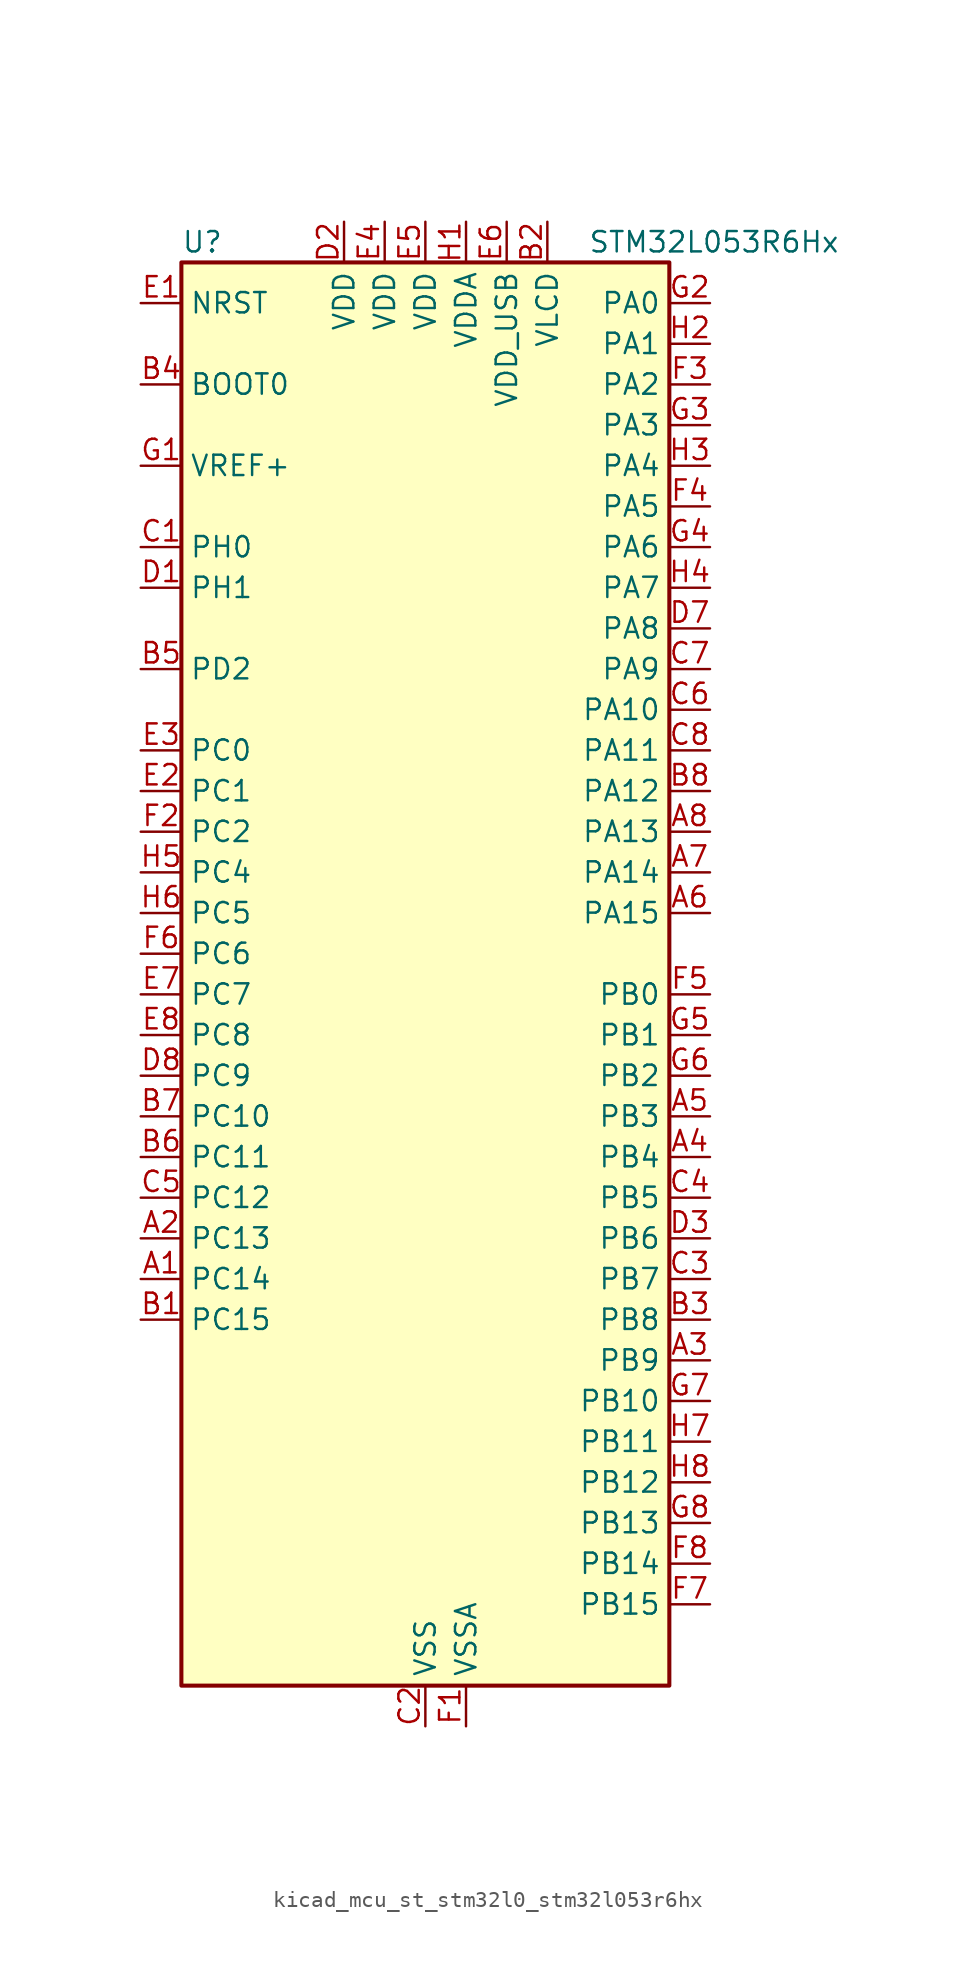
<source format=kicad_sym>
(kicad_symbol_lib
  (version 20220914)
  (generator kicad_symbol_editor)
  (symbol "kicad_mcu_st_stm32l0_stm32l053r6hx"
    (property "Reference" "U"
      (at -15.24 46.99 0)
      (effects (font (size 1.27 1.27)) (justify left)))
    (property "Value" "STM32L053R6Hx"
      (at 10.16 46.99 0)
      (effects (font (size 1.27 1.27)) (justify left)))
    (property "ki_locked" ""
      (at 0 0 0)
      (effects (font (size 1.27 1.27))))
    (symbol "kicad_mcu_st_stm32l0_stm32l053r6hx_0_1"
      (rectangle (start -15.24 -43.18) (end 15.24 45.72) (stroke (width 0.254) (type default)) (fill (type background))))
    (symbol "kicad_mcu_st_stm32l0_stm32l053r6hx_1_1"
      (pin bidirectional line (at -17.78 -17.78 0) (length 2.54) (name "PC14" (effects (font (size 1.27 1.27)))) (number "A1" (effects (font (size 1.27 1.27)))) (alternate "RCC_OSC32_IN" bidirectional line))
      (pin bidirectional line (at -17.78 -15.24 0) (length 2.54) (name "PC13" (effects (font (size 1.27 1.27)))) (number "A2" (effects (font (size 1.27 1.27)))) (alternate "RTC_OUT_ALARM" bidirectional line) (alternate "RTC_OUT_CALIB" bidirectional line) (alternate "RTC_TAMP1" bidirectional line) (alternate "RTC_TS" bidirectional line) (alternate "SYS_WKUP2" bidirectional line))
      (pin bidirectional line (at 17.78 -22.86 180) (length 2.54) (name "PB9" (effects (font (size 1.27 1.27)))) (number "A3" (effects (font (size 1.27 1.27)))) (alternate "DAC_EXTI9" bidirectional line) (alternate "I2C1_SDA" bidirectional line) (alternate "I2S2_WS" bidirectional line) (alternate "LCD_COM3" bidirectional line) (alternate "SPI2_NSS" bidirectional line))
      (pin bidirectional line (at 17.78 -10.16 180) (length 2.54) (name "PB4" (effects (font (size 1.27 1.27)))) (number "A4" (effects (font (size 1.27 1.27)))) (alternate "COMP2_INP" bidirectional line) (alternate "LCD_SEG8" bidirectional line) (alternate "SPI1_MISO" bidirectional line) (alternate "TIM22_CH1" bidirectional line) (alternate "TSC_G5_IO2" bidirectional line))
      (pin bidirectional line (at 17.78 -7.62 180) (length 2.54) (name "PB3" (effects (font (size 1.27 1.27)))) (number "A5" (effects (font (size 1.27 1.27)))) (alternate "COMP2_INM" bidirectional line) (alternate "LCD_SEG7" bidirectional line) (alternate "SPI1_SCK" bidirectional line) (alternate "TIM2_CH2" bidirectional line) (alternate "TSC_G5_IO1" bidirectional line))
      (pin bidirectional line (at 17.78 5.08 180) (length 2.54) (name "PA15" (effects (font (size 1.27 1.27)))) (number "A6" (effects (font (size 1.27 1.27)))) (alternate "LCD_SEG17" bidirectional line) (alternate "SPI1_NSS" bidirectional line) (alternate "TIM2_CH1" bidirectional line) (alternate "TIM2_ETR" bidirectional line) (alternate "USART2_RX" bidirectional line))
      (pin bidirectional line (at 17.78 7.62 180) (length 2.54) (name "PA14" (effects (font (size 1.27 1.27)))) (number "A7" (effects (font (size 1.27 1.27)))) (alternate "SYS_SWCLK" bidirectional line) (alternate "USART2_TX" bidirectional line))
      (pin bidirectional line (at 17.78 10.16 180) (length 2.54) (name "PA13" (effects (font (size 1.27 1.27)))) (number "A8" (effects (font (size 1.27 1.27)))) (alternate "SYS_SWDIO" bidirectional line) (alternate "USB_NOE" bidirectional line))
      (pin bidirectional line (at -17.78 -20.32 0) (length 2.54) (name "PC15" (effects (font (size 1.27 1.27)))) (number "B1" (effects (font (size 1.27 1.27)))) (alternate "RCC_OSC32_OUT" bidirectional line))
      (pin power_in line (at 7.62 48.26 270) (length 2.54) (name "VLCD" (effects (font (size 1.27 1.27)))) (number "B2" (effects (font (size 1.27 1.27)))))
      (pin bidirectional line (at 17.78 -20.32 180) (length 2.54) (name "PB8" (effects (font (size 1.27 1.27)))) (number "B3" (effects (font (size 1.27 1.27)))) (alternate "I2C1_SCL" bidirectional line) (alternate "LCD_SEG16" bidirectional line) (alternate "TSC_SYNC" bidirectional line))
      (pin input line (at -17.78 38.1 0) (length 2.54) (name "BOOT0" (effects (font (size 1.27 1.27)))) (number "B4" (effects (font (size 1.27 1.27)))))
      (pin bidirectional line (at -17.78 20.32 0) (length 2.54) (name "PD2" (effects (font (size 1.27 1.27)))) (number "B5" (effects (font (size 1.27 1.27)))) (alternate "LCD_COM7" bidirectional line) (alternate "LCD_SEG31" bidirectional line) (alternate "LPUART1_DE" bidirectional line) (alternate "LPUART1_RTS" bidirectional line))
      (pin bidirectional line (at -17.78 -10.16 0) (length 2.54) (name "PC11" (effects (font (size 1.27 1.27)))) (number "B6" (effects (font (size 1.27 1.27)))) (alternate "ADC_EXTI11" bidirectional line) (alternate "LCD_COM5" bidirectional line) (alternate "LCD_SEG29" bidirectional line) (alternate "LPUART1_RX" bidirectional line))
      (pin bidirectional line (at -17.78 -7.62 0) (length 2.54) (name "PC10" (effects (font (size 1.27 1.27)))) (number "B7" (effects (font (size 1.27 1.27)))) (alternate "LCD_COM4" bidirectional line) (alternate "LCD_SEG28" bidirectional line) (alternate "LPUART1_TX" bidirectional line))
      (pin bidirectional line (at 17.78 12.7 180) (length 2.54) (name "PA12" (effects (font (size 1.27 1.27)))) (number "B8" (effects (font (size 1.27 1.27)))) (alternate "COMP2_OUT" bidirectional line) (alternate "SPI1_MOSI" bidirectional line) (alternate "TSC_G4_IO4" bidirectional line) (alternate "USART1_DE" bidirectional line) (alternate "USART1_RTS" bidirectional line) (alternate "USB_DP" bidirectional line))
      (pin bidirectional line (at -17.78 27.94 0) (length 2.54) (name "PH0" (effects (font (size 1.27 1.27)))) (number "C1" (effects (font (size 1.27 1.27)))) (alternate "CRS_SYNC" bidirectional line) (alternate "RCC_OSC_IN" bidirectional line))
      (pin power_in line (at 0 -45.72 90) (length 2.54) (name "VSS" (effects (font (size 1.27 1.27)))) (number "C2" (effects (font (size 1.27 1.27)))))
      (pin bidirectional line (at 17.78 -17.78 180) (length 2.54) (name "PB7" (effects (font (size 1.27 1.27)))) (number "C3" (effects (font (size 1.27 1.27)))) (alternate "COMP2_INP" bidirectional line) (alternate "I2C1_SDA" bidirectional line) (alternate "LPTIM1_IN2" bidirectional line) (alternate "SYS_PVD_IN" bidirectional line) (alternate "TSC_G5_IO4" bidirectional line) (alternate "USART1_RX" bidirectional line))
      (pin bidirectional line (at 17.78 -12.7 180) (length 2.54) (name "PB5" (effects (font (size 1.27 1.27)))) (number "C4" (effects (font (size 1.27 1.27)))) (alternate "COMP2_INP" bidirectional line) (alternate "I2C1_SMBA" bidirectional line) (alternate "LCD_SEG9" bidirectional line) (alternate "LPTIM1_IN1" bidirectional line) (alternate "SPI1_MOSI" bidirectional line) (alternate "TIM22_CH2" bidirectional line))
      (pin bidirectional line (at -17.78 -12.7 0) (length 2.54) (name "PC12" (effects (font (size 1.27 1.27)))) (number "C5" (effects (font (size 1.27 1.27)))) (alternate "LCD_COM6" bidirectional line) (alternate "LCD_SEG30" bidirectional line))
      (pin bidirectional line (at 17.78 17.78 180) (length 2.54) (name "PA10" (effects (font (size 1.27 1.27)))) (number "C6" (effects (font (size 1.27 1.27)))) (alternate "LCD_COM2" bidirectional line) (alternate "TSC_G4_IO2" bidirectional line) (alternate "USART1_RX" bidirectional line))
      (pin bidirectional line (at 17.78 20.32 180) (length 2.54) (name "PA9" (effects (font (size 1.27 1.27)))) (number "C7" (effects (font (size 1.27 1.27)))) (alternate "DAC_EXTI9" bidirectional line) (alternate "LCD_COM1" bidirectional line) (alternate "RCC_MCO" bidirectional line) (alternate "TSC_G4_IO1" bidirectional line) (alternate "USART1_TX" bidirectional line))
      (pin bidirectional line (at 17.78 15.24 180) (length 2.54) (name "PA11" (effects (font (size 1.27 1.27)))) (number "C8" (effects (font (size 1.27 1.27)))) (alternate "ADC_EXTI11" bidirectional line) (alternate "COMP1_OUT" bidirectional line) (alternate "SPI1_MISO" bidirectional line) (alternate "TSC_G4_IO3" bidirectional line) (alternate "USART1_CTS" bidirectional line) (alternate "USB_DM" bidirectional line))
      (pin bidirectional line (at -17.78 25.4 0) (length 2.54) (name "PH1" (effects (font (size 1.27 1.27)))) (number "D1" (effects (font (size 1.27 1.27)))) (alternate "RCC_OSC_OUT" bidirectional line))
      (pin power_in line (at -5.08 48.26 270) (length 2.54) (name "VDD" (effects (font (size 1.27 1.27)))) (number "D2" (effects (font (size 1.27 1.27)))))
      (pin bidirectional line (at 17.78 -15.24 180) (length 2.54) (name "PB6" (effects (font (size 1.27 1.27)))) (number "D3" (effects (font (size 1.27 1.27)))) (alternate "COMP2_INP" bidirectional line) (alternate "I2C1_SCL" bidirectional line) (alternate "LPTIM1_ETR" bidirectional line) (alternate "TSC_G5_IO3" bidirectional line) (alternate "USART1_TX" bidirectional line))
      (pin passive line (at 0 -45.72 90) (length 2.54) hide (name "VSS" (effects (font (size 1.27 1.27)))) (number "D4" (effects (font (size 1.27 1.27)))))
      (pin passive line (at 0 -45.72 90) (length 2.54) hide (name "VSS" (effects (font (size 1.27 1.27)))) (number "D5" (effects (font (size 1.27 1.27)))))
      (pin passive line (at 0 -45.72 90) (length 2.54) hide (name "VSS" (effects (font (size 1.27 1.27)))) (number "D6" (effects (font (size 1.27 1.27)))))
      (pin bidirectional line (at 17.78 22.86 180) (length 2.54) (name "PA8" (effects (font (size 1.27 1.27)))) (number "D7" (effects (font (size 1.27 1.27)))) (alternate "CRS_SYNC" bidirectional line) (alternate "LCD_COM0" bidirectional line) (alternate "RCC_MCO" bidirectional line) (alternate "USART1_CK" bidirectional line))
      (pin bidirectional line (at -17.78 -5.08 0) (length 2.54) (name "PC9" (effects (font (size 1.27 1.27)))) (number "D8" (effects (font (size 1.27 1.27)))) (alternate "DAC_EXTI9" bidirectional line) (alternate "LCD_SEG27" bidirectional line) (alternate "TIM21_ETR" bidirectional line) (alternate "TSC_G8_IO4" bidirectional line) (alternate "USB_NOE" bidirectional line))
      (pin input line (at -17.78 43.18 0) (length 2.54) (name "NRST" (effects (font (size 1.27 1.27)))) (number "E1" (effects (font (size 1.27 1.27)))))
      (pin bidirectional line (at -17.78 12.7 0) (length 2.54) (name "PC1" (effects (font (size 1.27 1.27)))) (number "E2" (effects (font (size 1.27 1.27)))) (alternate "ADC_IN11" bidirectional line) (alternate "LCD_SEG19" bidirectional line) (alternate "LPTIM1_OUT" bidirectional line) (alternate "TSC_G7_IO2" bidirectional line))
      (pin bidirectional line (at -17.78 15.24 0) (length 2.54) (name "PC0" (effects (font (size 1.27 1.27)))) (number "E3" (effects (font (size 1.27 1.27)))) (alternate "ADC_IN10" bidirectional line) (alternate "LCD_SEG18" bidirectional line) (alternate "LPTIM1_IN1" bidirectional line) (alternate "TSC_G7_IO1" bidirectional line))
      (pin power_in line (at -2.54 48.26 270) (length 2.54) (name "VDD" (effects (font (size 1.27 1.27)))) (number "E4" (effects (font (size 1.27 1.27)))))
      (pin power_in line (at 0 48.26 270) (length 2.54) (name "VDD" (effects (font (size 1.27 1.27)))) (number "E5" (effects (font (size 1.27 1.27)))))
      (pin power_in line (at 5.08 48.26 270) (length 2.54) (name "VDD_USB" (effects (font (size 1.27 1.27)))) (number "E6" (effects (font (size 1.27 1.27)))))
      (pin bidirectional line (at -17.78 0 0) (length 2.54) (name "PC7" (effects (font (size 1.27 1.27)))) (number "E7" (effects (font (size 1.27 1.27)))) (alternate "LCD_SEG25" bidirectional line) (alternate "TIM22_CH2" bidirectional line) (alternate "TSC_G8_IO2" bidirectional line))
      (pin bidirectional line (at -17.78 -2.54 0) (length 2.54) (name "PC8" (effects (font (size 1.27 1.27)))) (number "E8" (effects (font (size 1.27 1.27)))) (alternate "LCD_SEG26" bidirectional line) (alternate "TIM22_ETR" bidirectional line) (alternate "TSC_G8_IO3" bidirectional line))
      (pin power_in line (at 2.54 -45.72 90) (length 2.54) (name "VSSA" (effects (font (size 1.27 1.27)))) (number "F1" (effects (font (size 1.27 1.27)))))
      (pin bidirectional line (at -17.78 10.16 0) (length 2.54) (name "PC2" (effects (font (size 1.27 1.27)))) (number "F2" (effects (font (size 1.27 1.27)))) (alternate "ADC_IN12" bidirectional line) (alternate "I2S2_MCK" bidirectional line) (alternate "LCD_SEG20" bidirectional line) (alternate "LPTIM1_IN2" bidirectional line) (alternate "SPI2_MISO" bidirectional line) (alternate "TSC_G7_IO3" bidirectional line))
      (pin bidirectional line (at 17.78 38.1 180) (length 2.54) (name "PA2" (effects (font (size 1.27 1.27)))) (number "F3" (effects (font (size 1.27 1.27)))) (alternate "ADC_IN2" bidirectional line) (alternate "COMP2_INM" bidirectional line) (alternate "COMP2_OUT" bidirectional line) (alternate "LCD_SEG1" bidirectional line) (alternate "TIM21_CH1" bidirectional line) (alternate "TIM2_CH3" bidirectional line) (alternate "TSC_G1_IO3" bidirectional line) (alternate "USART2_TX" bidirectional line))
      (pin bidirectional line (at 17.78 30.48 180) (length 2.54) (name "PA5" (effects (font (size 1.27 1.27)))) (number "F4" (effects (font (size 1.27 1.27)))) (alternate "ADC_IN5" bidirectional line) (alternate "COMP1_INM" bidirectional line) (alternate "COMP2_INM" bidirectional line) (alternate "SPI1_SCK" bidirectional line) (alternate "TIM2_CH1" bidirectional line) (alternate "TIM2_ETR" bidirectional line) (alternate "TSC_G2_IO2" bidirectional line))
      (pin bidirectional line (at 17.78 0 180) (length 2.54) (name "PB0" (effects (font (size 1.27 1.27)))) (number "F5" (effects (font (size 1.27 1.27)))) (alternate "ADC_IN8" bidirectional line) (alternate "LCD_SEG5" bidirectional line) (alternate "LCD_VLCD3" bidirectional line) (alternate "SYS_VREF_OUT_PB0" bidirectional line) (alternate "TSC_G3_IO2" bidirectional line))
      (pin bidirectional line (at -17.78 2.54 0) (length 2.54) (name "PC6" (effects (font (size 1.27 1.27)))) (number "F6" (effects (font (size 1.27 1.27)))) (alternate "LCD_SEG24" bidirectional line) (alternate "TIM22_CH1" bidirectional line) (alternate "TSC_G8_IO1" bidirectional line))
      (pin bidirectional line (at 17.78 -38.1 180) (length 2.54) (name "PB15" (effects (font (size 1.27 1.27)))) (number "F7" (effects (font (size 1.27 1.27)))) (alternate "I2S2_SD" bidirectional line) (alternate "LCD_SEG15" bidirectional line) (alternate "RTC_REFIN" bidirectional line) (alternate "SPI2_MOSI" bidirectional line))
      (pin bidirectional line (at 17.78 -35.56 180) (length 2.54) (name "PB14" (effects (font (size 1.27 1.27)))) (number "F8" (effects (font (size 1.27 1.27)))) (alternate "I2C2_SDA" bidirectional line) (alternate "I2S2_MCK" bidirectional line) (alternate "LCD_SEG14" bidirectional line) (alternate "LPUART1_DE" bidirectional line) (alternate "LPUART1_RTS" bidirectional line) (alternate "RTC_OUT_ALARM" bidirectional line) (alternate "RTC_OUT_CALIB" bidirectional line) (alternate "SPI2_MISO" bidirectional line) (alternate "TIM21_CH2" bidirectional line) (alternate "TSC_G6_IO4" bidirectional line))
      (pin input line (at -17.78 33.02 0) (length 2.54) (name "VREF+" (effects (font (size 1.27 1.27)))) (number "G1" (effects (font (size 1.27 1.27)))))
      (pin bidirectional line (at 17.78 43.18 180) (length 2.54) (name "PA0" (effects (font (size 1.27 1.27)))) (number "G2" (effects (font (size 1.27 1.27)))) (alternate "ADC_IN0" bidirectional line) (alternate "COMP1_INM" bidirectional line) (alternate "COMP1_OUT" bidirectional line) (alternate "RTC_TAMP2" bidirectional line) (alternate "SYS_WKUP1" bidirectional line) (alternate "TIM2_CH1" bidirectional line) (alternate "TIM2_ETR" bidirectional line) (alternate "TSC_G1_IO1" bidirectional line) (alternate "USART2_CTS" bidirectional line))
      (pin bidirectional line (at 17.78 35.56 180) (length 2.54) (name "PA3" (effects (font (size 1.27 1.27)))) (number "G3" (effects (font (size 1.27 1.27)))) (alternate "ADC_IN3" bidirectional line) (alternate "COMP2_INP" bidirectional line) (alternate "LCD_SEG2" bidirectional line) (alternate "TIM21_CH2" bidirectional line) (alternate "TIM2_CH4" bidirectional line) (alternate "TSC_G1_IO4" bidirectional line) (alternate "USART2_RX" bidirectional line))
      (pin bidirectional line (at 17.78 27.94 180) (length 2.54) (name "PA6" (effects (font (size 1.27 1.27)))) (number "G4" (effects (font (size 1.27 1.27)))) (alternate "ADC_IN6" bidirectional line) (alternate "COMP1_OUT" bidirectional line) (alternate "LCD_SEG3" bidirectional line) (alternate "LPUART1_CTS" bidirectional line) (alternate "SPI1_MISO" bidirectional line) (alternate "TIM22_CH1" bidirectional line) (alternate "TSC_G2_IO3" bidirectional line))
      (pin bidirectional line (at 17.78 -2.54 180) (length 2.54) (name "PB1" (effects (font (size 1.27 1.27)))) (number "G5" (effects (font (size 1.27 1.27)))) (alternate "ADC_IN9" bidirectional line) (alternate "LCD_SEG6" bidirectional line) (alternate "LPUART1_DE" bidirectional line) (alternate "LPUART1_RTS" bidirectional line) (alternate "SYS_VREF_OUT_PB1" bidirectional line) (alternate "TSC_G3_IO3" bidirectional line))
      (pin bidirectional line (at 17.78 -5.08 180) (length 2.54) (name "PB2" (effects (font (size 1.27 1.27)))) (number "G6" (effects (font (size 1.27 1.27)))) (alternate "LCD_VLCD1" bidirectional line) (alternate "LPTIM1_OUT" bidirectional line) (alternate "TSC_G3_IO4" bidirectional line))
      (pin bidirectional line (at 17.78 -25.4 180) (length 2.54) (name "PB10" (effects (font (size 1.27 1.27)))) (number "G7" (effects (font (size 1.27 1.27)))) (alternate "I2C2_SCL" bidirectional line) (alternate "LCD_SEG10" bidirectional line) (alternate "LPUART1_TX" bidirectional line) (alternate "SPI2_SCK" bidirectional line) (alternate "TIM2_CH3" bidirectional line) (alternate "TSC_SYNC" bidirectional line))
      (pin bidirectional line (at 17.78 -33.02 180) (length 2.54) (name "PB13" (effects (font (size 1.27 1.27)))) (number "G8" (effects (font (size 1.27 1.27)))) (alternate "I2C2_SCL" bidirectional line) (alternate "I2S2_CK" bidirectional line) (alternate "LCD_SEG13" bidirectional line) (alternate "LPUART1_CTS" bidirectional line) (alternate "SPI2_SCK" bidirectional line) (alternate "TIM21_CH1" bidirectional line) (alternate "TSC_G6_IO3" bidirectional line))
      (pin power_in line (at 2.54 48.26 270) (length 2.54) (name "VDDA" (effects (font (size 1.27 1.27)))) (number "H1" (effects (font (size 1.27 1.27)))))
      (pin bidirectional line (at 17.78 40.64 180) (length 2.54) (name "PA1" (effects (font (size 1.27 1.27)))) (number "H2" (effects (font (size 1.27 1.27)))) (alternate "ADC_IN1" bidirectional line) (alternate "COMP1_INP" bidirectional line) (alternate "LCD_SEG0" bidirectional line) (alternate "TIM21_ETR" bidirectional line) (alternate "TIM2_CH2" bidirectional line) (alternate "TSC_G1_IO2" bidirectional line) (alternate "USART2_DE" bidirectional line) (alternate "USART2_RTS" bidirectional line))
      (pin bidirectional line (at 17.78 33.02 180) (length 2.54) (name "PA4" (effects (font (size 1.27 1.27)))) (number "H3" (effects (font (size 1.27 1.27)))) (alternate "ADC_IN4" bidirectional line) (alternate "COMP1_INM" bidirectional line) (alternate "COMP2_INM" bidirectional line) (alternate "DAC_OUT1" bidirectional line) (alternate "SPI1_NSS" bidirectional line) (alternate "TIM22_ETR" bidirectional line) (alternate "TSC_G2_IO1" bidirectional line) (alternate "USART2_CK" bidirectional line))
      (pin bidirectional line (at 17.78 25.4 180) (length 2.54) (name "PA7" (effects (font (size 1.27 1.27)))) (number "H4" (effects (font (size 1.27 1.27)))) (alternate "ADC_IN7" bidirectional line) (alternate "COMP2_OUT" bidirectional line) (alternate "LCD_SEG4" bidirectional line) (alternate "SPI1_MOSI" bidirectional line) (alternate "TIM22_CH2" bidirectional line) (alternate "TSC_G2_IO4" bidirectional line))
      (pin bidirectional line (at -17.78 7.62 0) (length 2.54) (name "PC4" (effects (font (size 1.27 1.27)))) (number "H5" (effects (font (size 1.27 1.27)))) (alternate "ADC_IN14" bidirectional line) (alternate "LCD_SEG22" bidirectional line) (alternate "LPUART1_TX" bidirectional line))
      (pin bidirectional line (at -17.78 5.08 0) (length 2.54) (name "PC5" (effects (font (size 1.27 1.27)))) (number "H6" (effects (font (size 1.27 1.27)))) (alternate "ADC_IN15" bidirectional line) (alternate "LCD_SEG23" bidirectional line) (alternate "LPUART1_RX" bidirectional line) (alternate "TSC_G3_IO1" bidirectional line))
      (pin bidirectional line (at 17.78 -27.94 180) (length 2.54) (name "PB11" (effects (font (size 1.27 1.27)))) (number "H7" (effects (font (size 1.27 1.27)))) (alternate "ADC_EXTI11" bidirectional line) (alternate "I2C2_SDA" bidirectional line) (alternate "LCD_SEG11" bidirectional line) (alternate "LPUART1_RX" bidirectional line) (alternate "TIM2_CH4" bidirectional line) (alternate "TSC_G6_IO1" bidirectional line))
      (pin bidirectional line (at 17.78 -30.48 180) (length 2.54) (name "PB12" (effects (font (size 1.27 1.27)))) (number "H8" (effects (font (size 1.27 1.27)))) (alternate "I2S2_WS" bidirectional line) (alternate "LCD_SEG12" bidirectional line) (alternate "LCD_VLCD2" bidirectional line) (alternate "LPUART1_DE" bidirectional line) (alternate "LPUART1_RTS" bidirectional line) (alternate "SPI2_NSS" bidirectional line) (alternate "TSC_G6_IO2" bidirectional line)))))
</source>
